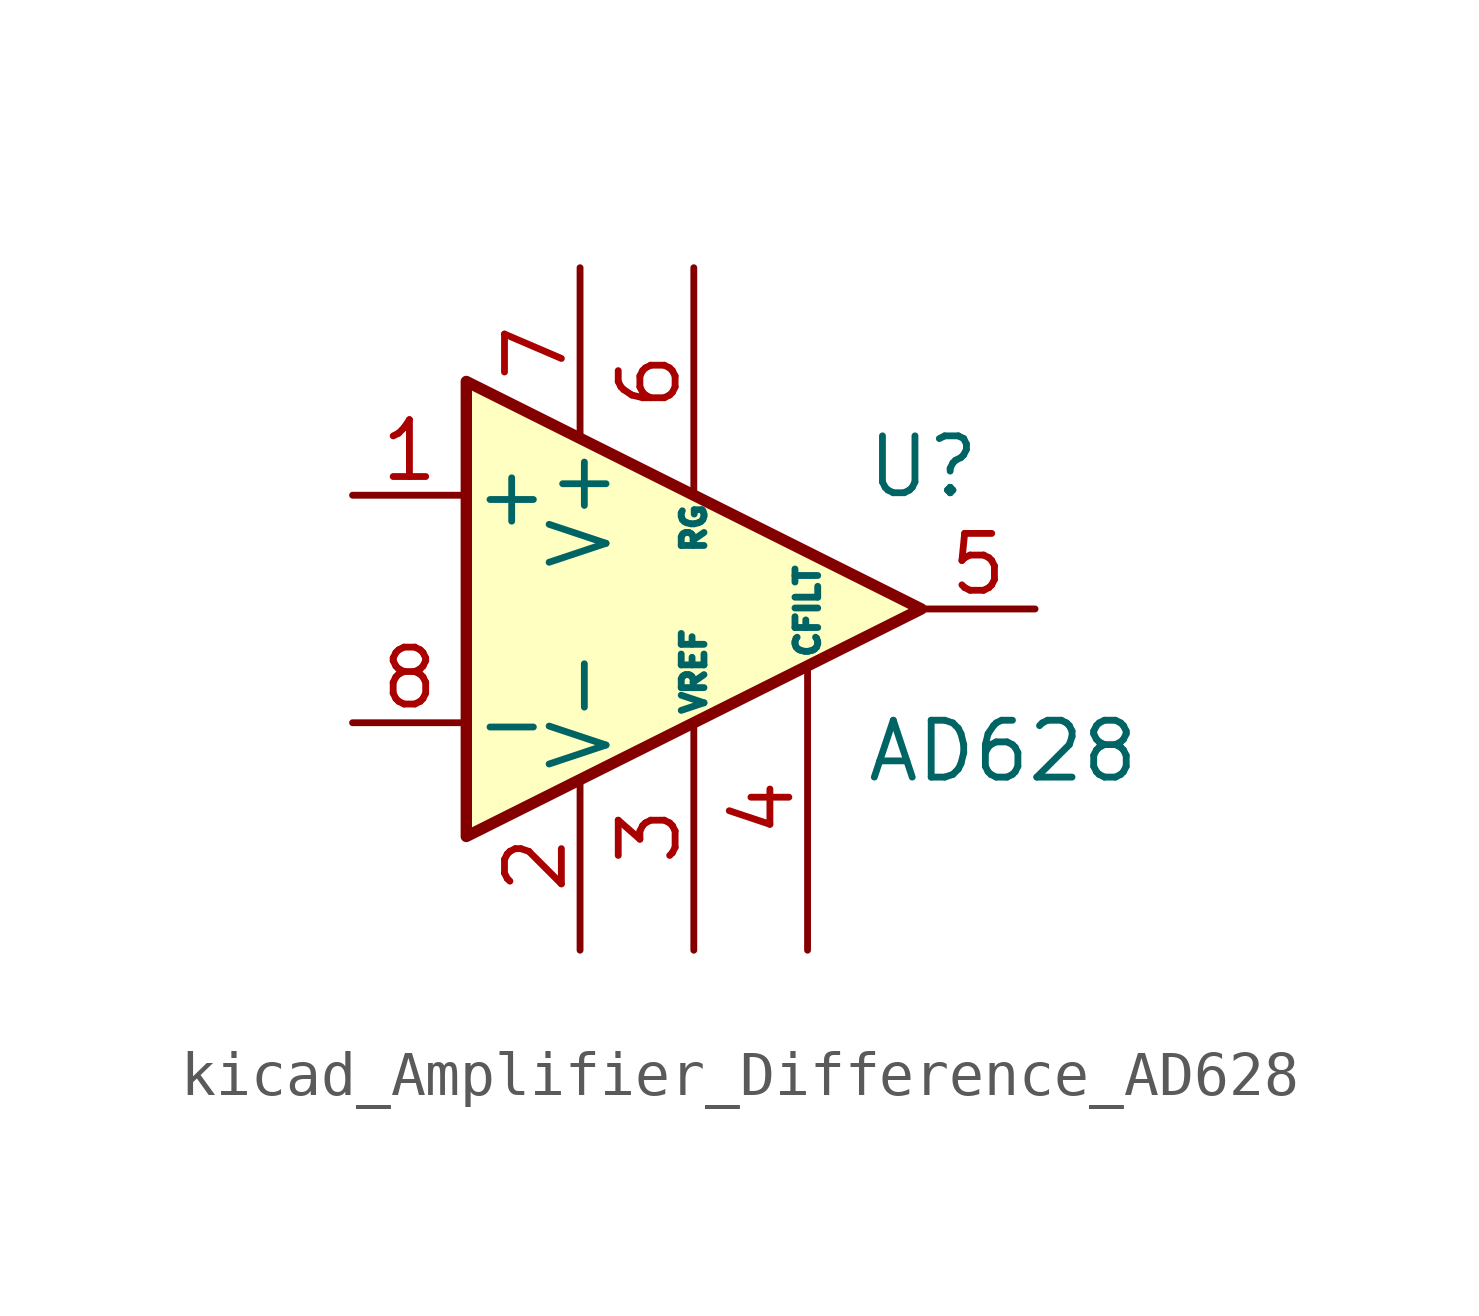
<source format=kicad_sym>
(kicad_symbol_lib
  (version 20220914)
  (generator kicad_symbol_editor)
  (symbol "kicad_Amplifier_Difference_AD628"
    (pin_names
      (offset 0.127))
    (property "Reference" "U"
      (at 3.81 3.175 0)
      (effects (font (size 1.27 1.27)) (justify left)))
    (property "Value" "AD628"
      (at 3.81 -3.175 0)
      (effects (font (size 1.27 1.27)) (justify left)))
    (symbol "kicad_Amplifier_Difference_AD628_0_1"
      (polyline (pts (xy 5.08 0) (xy -5.08 5.08) (xy -5.08 -5.08) (xy 5.08 0)) (stroke (width 0.254) (type default)) (fill (type background))))
    (symbol "kicad_Amplifier_Difference_AD628_1_1"
      (pin input line (at -7.62 2.54 0) (length 2.54) (name "+" (effects (font (size 1.27 1.27)))) (number "1" (effects (font (size 1.27 1.27)))))
      (pin power_in line (at -2.54 -7.62 90) (length 3.81) (name "V-" (effects (font (size 1.27 1.27)))) (number "2" (effects (font (size 1.27 1.27)))))
      (pin passive line (at 0 -7.62 90) (length 5.08) (name "VREF" (effects (font (size 0.508 0.508)))) (number "3" (effects (font (size 1.27 1.27)))))
      (pin passive line (at 2.54 -7.62 90) (length 6.35) (name "CFILT" (effects (font (size 0.508 0.508)))) (number "4" (effects (font (size 1.27 1.27)))))
      (pin output line (at 7.62 0 180) (length 2.54) (name "~" (effects (font (size 1.27 1.27)))) (number "5" (effects (font (size 1.27 1.27)))))
      (pin passive line (at 0 7.62 270) (length 5.08) (name "RG" (effects (font (size 0.508 0.508)))) (number "6" (effects (font (size 1.27 1.27)))))
      (pin power_in line (at -2.54 7.62 270) (length 3.81) (name "V+" (effects (font (size 1.27 1.27)))) (number "7" (effects (font (size 1.27 1.27)))))
      (pin input line (at -7.62 -2.54 0) (length 2.54) (name "-" (effects (font (size 1.27 1.27)))) (number "8" (effects (font (size 1.27 1.27))))))))
</source>
